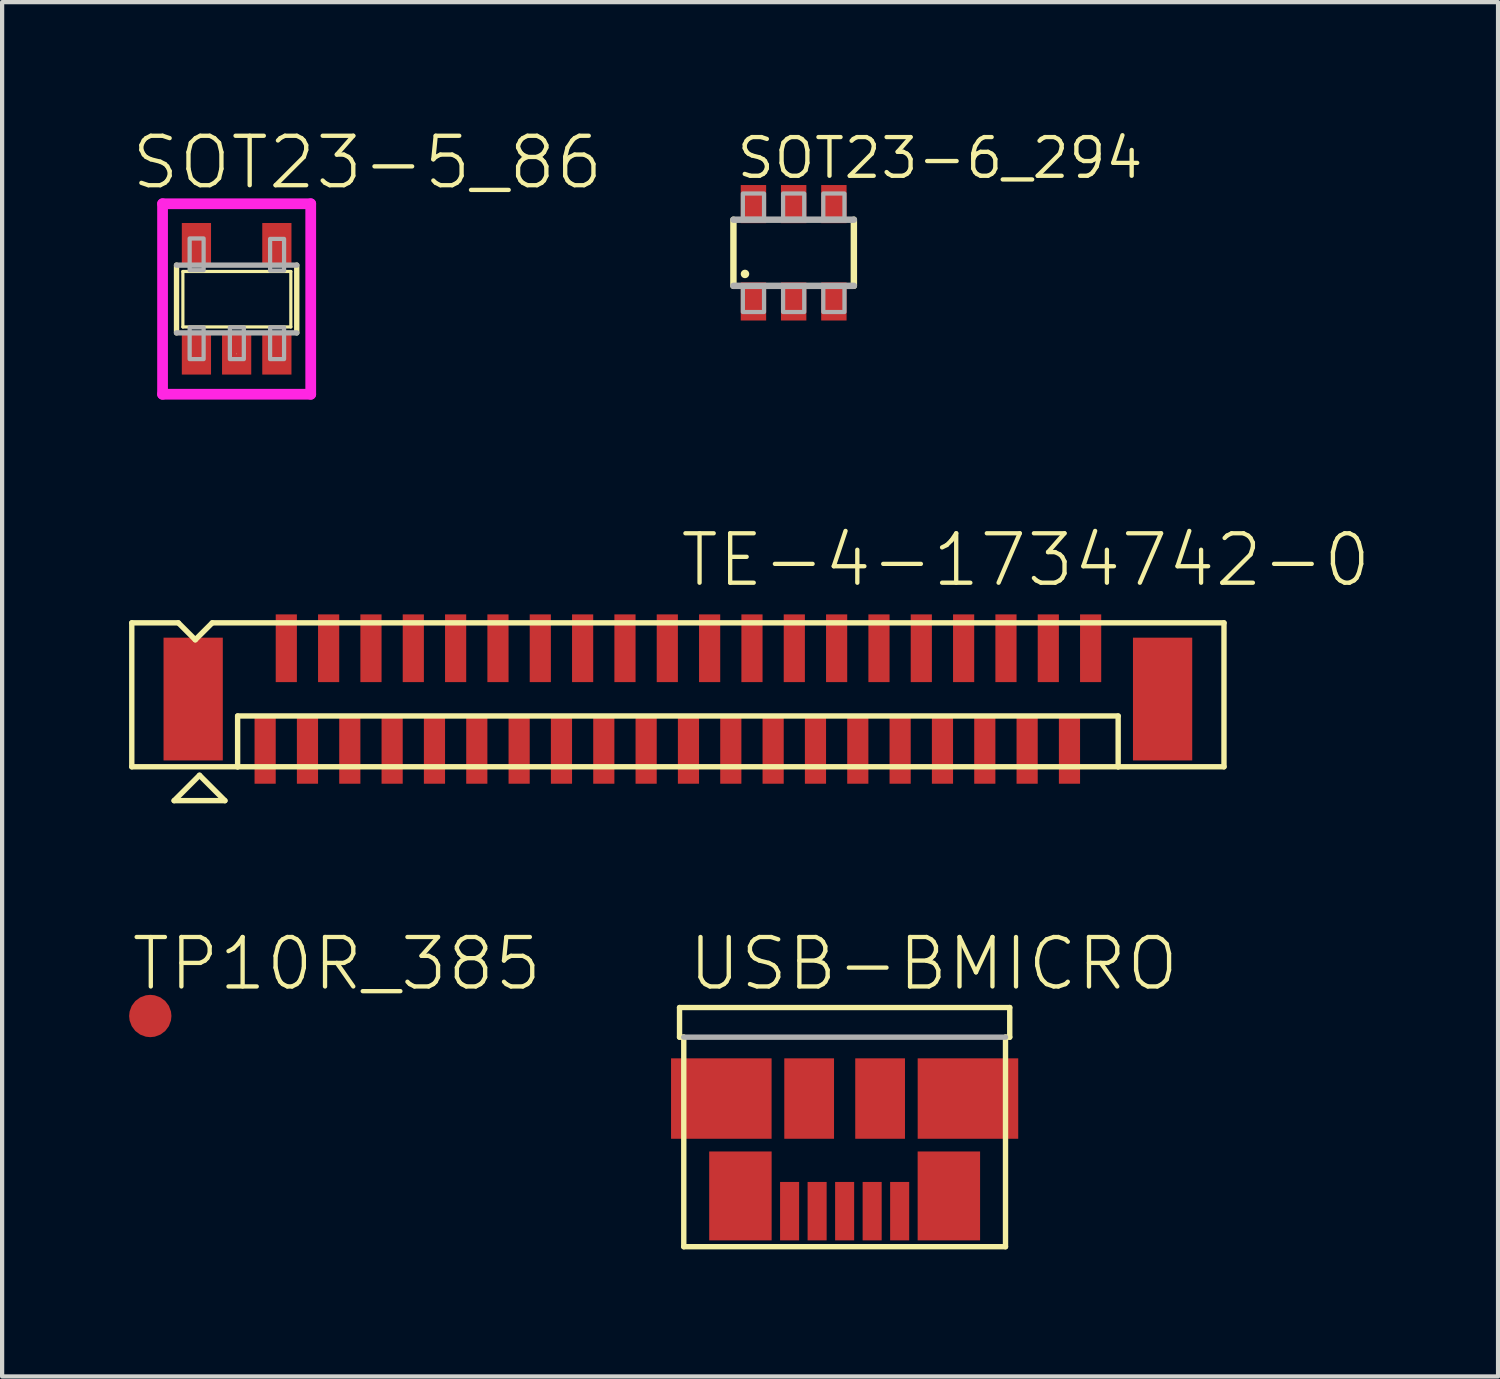
<source format=kicad_pcb>
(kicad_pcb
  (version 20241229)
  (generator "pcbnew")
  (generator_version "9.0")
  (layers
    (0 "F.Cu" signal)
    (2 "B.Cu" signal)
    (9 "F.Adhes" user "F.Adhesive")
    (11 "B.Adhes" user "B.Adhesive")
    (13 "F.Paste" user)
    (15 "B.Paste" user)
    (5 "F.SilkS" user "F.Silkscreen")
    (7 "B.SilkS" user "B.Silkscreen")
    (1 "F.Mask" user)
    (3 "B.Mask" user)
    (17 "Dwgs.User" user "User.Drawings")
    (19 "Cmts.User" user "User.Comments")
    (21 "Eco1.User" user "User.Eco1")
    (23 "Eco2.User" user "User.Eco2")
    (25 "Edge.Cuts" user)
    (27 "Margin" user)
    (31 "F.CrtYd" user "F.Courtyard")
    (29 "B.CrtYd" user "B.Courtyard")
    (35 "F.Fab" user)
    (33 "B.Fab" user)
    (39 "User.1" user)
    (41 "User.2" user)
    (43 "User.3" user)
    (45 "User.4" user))
  (footprint "TE-4-1734742-0"
    (layer "F.Cu")
    (at 12.963 13.463)
    (property "Reference" "TE-4-1734742-0" (at 0 -2.6 0) (unlocked yes) (layer "F.SilkS") (effects (font (size 1.168 1.168) (thickness 0.102)) (justify left bottom)))
    (fp_line (start -12.9 -1.8) (end -12.9 1.6) (stroke (width 0.127) (type solid)) (layer "F.SilkS"))
    (fp_line (start -12.9 1.6) (end -10.4 1.6) (stroke (width 0.127) (type solid)) (layer "F.SilkS"))
    (fp_line (start -11.9 2.4) (end -11.3 1.8) (stroke (width 0.127) (type solid)) (layer "F.SilkS"))
    (fp_line (start -11.8 -1.8) (end -12.9 -1.8) (stroke (width 0.127) (type solid)) (layer "F.SilkS"))
    (fp_line (start -11.8 -1.8) (end -11.4 -1.4) (stroke (width 0.127) (type solid)) (layer "F.SilkS"))
    (fp_line (start -11.4 -1.4) (end -11 -1.8) (stroke (width 0.127) (type solid)) (layer "F.SilkS"))
    (fp_line (start -11.3 1.8) (end -10.7 2.4) (stroke (width 0.127) (type solid)) (layer "F.SilkS"))
    (fp_line (start -10.7 2.4) (end -11.9 2.4) (stroke (width 0.127) (type solid)) (layer "F.SilkS"))
    (fp_line (start -10.4 0.4) (end 10.4 0.4) (stroke (width 0.127) (type solid)) (layer "F.SilkS"))
    (fp_line (start -10.4 1.6) (end -10.4 0.4) (stroke (width 0.127) (type solid)) (layer "F.SilkS"))
    (fp_line (start -10.4 1.6) (end 10.4 1.6) (stroke (width 0.127) (type solid)) (layer "F.SilkS"))
    (fp_line (start 10.4 0.4) (end 10.4 1.6) (stroke (width 0.127) (type solid)) (layer "F.SilkS"))
    (fp_line (start 10.4 1.6) (end 12.9 1.6) (stroke (width 0.127) (type solid)) (layer "F.SilkS"))
    (fp_line (start 12.9 -1.8) (end -11 -1.8) (stroke (width 0.127) (type solid)) (layer "F.SilkS"))
    (fp_line (start 12.9 1.6) (end 12.9 -1.8) (stroke (width 0.127) (type solid)) (layer "F.SilkS"))
    (pad "1" smd rect (at -9.75 1.2) (size 0.5 1.6) (layers "F.Cu" "F.Mask" "F.Paste"))
    (pad "2" smd rect (at -9.25 -1.2) (size 0.5 1.6) (layers "F.Cu" "F.Mask" "F.Paste"))
    (pad "3" smd rect (at -8.75 1.2) (size 0.5 1.6) (layers "F.Cu" "F.Mask" "F.Paste"))
    (pad "4" smd rect (at -8.25 -1.2) (size 0.5 1.6) (layers "F.Cu" "F.Mask" "F.Paste"))
    (pad "5" smd rect (at -7.75 1.2) (size 0.5 1.6) (layers "F.Cu" "F.Mask" "F.Paste"))
    (pad "6" smd rect (at -7.25 -1.2) (size 0.5 1.6) (layers "F.Cu" "F.Mask" "F.Paste"))
    (pad "7" smd rect (at -6.75 1.2) (size 0.5 1.6) (layers "F.Cu" "F.Mask" "F.Paste"))
    (pad "8" smd rect (at -6.25 -1.2) (size 0.5 1.6) (layers "F.Cu" "F.Mask" "F.Paste"))
    (pad "9" smd rect (at -5.75 1.2) (size 0.5 1.6) (layers "F.Cu" "F.Mask" "F.Paste"))
    (pad "10" smd rect (at -5.25 -1.2) (size 0.5 1.6) (layers "F.Cu" "F.Mask" "F.Paste"))
    (pad "11" smd rect (at -4.75 1.2) (size 0.5 1.6) (layers "F.Cu" "F.Mask" "F.Paste"))
    (pad "12" smd rect (at -4.25 -1.2) (size 0.5 1.6) (layers "F.Cu" "F.Mask" "F.Paste"))
    (pad "13" smd rect (at -3.75 1.2) (size 0.5 1.6) (layers "F.Cu" "F.Mask" "F.Paste"))
    (pad "14" smd rect (at -3.25 -1.2) (size 0.5 1.6) (layers "F.Cu" "F.Mask" "F.Paste"))
    (pad "15" smd rect (at -2.75 1.2) (size 0.5 1.6) (layers "F.Cu" "F.Mask" "F.Paste"))
    (pad "16" smd rect (at -2.25 -1.2) (size 0.5 1.6) (layers "F.Cu" "F.Mask" "F.Paste"))
    (pad "17" smd rect (at -1.75 1.2) (size 0.5 1.6) (layers "F.Cu" "F.Mask" "F.Paste"))
    (pad "18" smd rect (at -1.25 -1.2) (size 0.5 1.6) (layers "F.Cu" "F.Mask" "F.Paste"))
    (pad "19" smd rect (at -0.75 1.2) (size 0.5 1.6) (layers "F.Cu" "F.Mask" "F.Paste"))
    (pad "20" smd rect (at -0.25 -1.2) (size 0.5 1.6) (layers "F.Cu" "F.Mask" "F.Paste"))
    (pad "21" smd rect (at 0.25 1.2) (size 0.5 1.6) (layers "F.Cu" "F.Mask" "F.Paste"))
    (pad "22" smd rect (at 0.75 -1.2) (size 0.5 1.6) (layers "F.Cu" "F.Mask" "F.Paste"))
    (pad "23" smd rect (at 1.25 1.2) (size 0.5 1.6) (layers "F.Cu" "F.Mask" "F.Paste"))
    (pad "24" smd rect (at 1.75 -1.2) (size 0.5 1.6) (layers "F.Cu" "F.Mask" "F.Paste"))
    (pad "25" smd rect (at 2.25 1.2) (size 0.5 1.6) (layers "F.Cu" "F.Mask" "F.Paste"))
    (pad "26" smd rect (at 2.75 -1.2) (size 0.5 1.6) (layers "F.Cu" "F.Mask" "F.Paste"))
    (pad "27" smd rect (at 3.25 1.2) (size 0.5 1.6) (layers "F.Cu" "F.Mask" "F.Paste"))
    (pad "28" smd rect (at 3.75 -1.2) (size 0.5 1.6) (layers "F.Cu" "F.Mask" "F.Paste"))
    (pad "29" smd rect (at 4.25 1.2) (size 0.5 1.6) (layers "F.Cu" "F.Mask" "F.Paste"))
    (pad "30" smd rect (at 4.75 -1.2) (size 0.5 1.6) (layers "F.Cu" "F.Mask" "F.Paste"))
    (pad "31" smd rect (at 5.25 1.2) (size 0.5 1.6) (layers "F.Cu" "F.Mask" "F.Paste"))
    (pad "32" smd rect (at 5.75 -1.2) (size 0.5 1.6) (layers "F.Cu" "F.Mask" "F.Paste"))
    (pad "33" smd rect (at 6.25 1.2) (size 0.5 1.6) (layers "F.Cu" "F.Mask" "F.Paste"))
    (pad "34" smd rect (at 6.75 -1.2) (size 0.5 1.6) (layers "F.Cu" "F.Mask" "F.Paste"))
    (pad "35" smd rect (at 7.25 1.2) (size 0.5 1.6) (layers "F.Cu" "F.Mask" "F.Paste"))
    (pad "36" smd rect (at 7.75 -1.2) (size 0.5 1.6) (layers "F.Cu" "F.Mask" "F.Paste"))
    (pad "37" smd rect (at 8.25 1.2) (size 0.5 1.6) (layers "F.Cu" "F.Mask" "F.Paste"))
    (pad "38" smd rect (at 8.75 -1.2) (size 0.5 1.6) (layers "F.Cu" "F.Mask" "F.Paste"))
    (pad "39" smd rect (at 9.25 1.2) (size 0.5 1.6) (layers "F.Cu" "F.Mask" "F.Paste"))
    (pad "40" smd rect (at 9.75 -1.2) (size 0.5 1.6) (layers "F.Cu" "F.Mask" "F.Paste"))
    (pad "P1" smd rect (at -11.45 0) (size 1.4 2.9) (layers "F.Cu" "F.Mask" "F.Paste"))
    (pad "P2" smd rect (at 11.45 0) (size 1.4 2.9) (layers "F.Cu" "F.Mask" "F.Paste")))
  (footprint "TP10R_385"
    (layer "F.Cu")
    (at 0.5 20.95)
    (property "Reference" "TP10R_385" (at -0.5 -0.55 0) (unlocked yes) (layer "F.SilkS") (effects (font (size 1.168 1.168) (thickness 0.102)) (justify left bottom)))
    (pad "TP" smd roundrect (at 0 0) (size 1 1) (layers "F.Cu" "F.Mask") (roundrect_rratio 0.5)))
  (footprint "USB-BMICRO"
    (layer "F.Cu")
    (at 16.902 22.9)
    (property "Reference" "USB-BMICRO" (at -3.75 -2.5 0) (unlocked yes) (layer "F.SilkS") (effects (font (size 1.168 1.168) (thickness 0.102)) (justify left bottom)))
    (fp_poly (pts (xy -4.15 1) (xy -1.7 1) (xy -1.7 -1) (xy -4.15 -1)) (stroke (width 0) (type default)) (fill yes) (layer "F.Mask"))
    (fp_poly (pts (xy -3.25 3.4) (xy -1.7 3.4) (xy -1.7 1.2) (xy -3.25 1.2)) (stroke (width 0) (type default)) (fill yes) (layer "F.Mask"))
    (fp_poly (pts (xy -1.55 3.4) (xy -1.05 3.4) (xy -1.05 1.95) (xy -1.55 1.95)) (stroke (width 0) (type default)) (fill yes) (layer "F.Mask"))
    (fp_poly (pts (xy -1.45 1) (xy -0.25 1) (xy -0.25 -1) (xy -1.45 -1)) (stroke (width 0) (type default)) (fill yes) (layer "F.Mask"))
    (fp_poly (pts (xy -0.9 3.4) (xy -0.4 3.4) (xy -0.4 1.95) (xy -0.9 1.95)) (stroke (width 0) (type default)) (fill yes) (layer "F.Mask"))
    (fp_poly (pts (xy -0.25 3.4) (xy 0.25 3.4) (xy 0.25 1.95) (xy -0.25 1.95)) (stroke (width 0) (type default)) (fill yes) (layer "F.Mask"))
    (fp_poly (pts (xy 0.25 1) (xy 1.45 1) (xy 1.45 -1) (xy 0.25 -1)) (stroke (width 0) (type default)) (fill yes) (layer "F.Mask"))
    (fp_poly (pts (xy 0.4 3.4) (xy 0.9 3.4) (xy 0.9 1.95) (xy 0.4 1.95)) (stroke (width 0) (type default)) (fill yes) (layer "F.Mask"))
    (fp_poly (pts (xy 1.05 3.4) (xy 1.55 3.4) (xy 1.55 1.95) (xy 1.05 1.95)) (stroke (width 0) (type default)) (fill yes) (layer "F.Mask"))
    (fp_poly (pts (xy 1.7 1) (xy 4.15 1) (xy 4.15 -1) (xy 1.7 -1)) (stroke (width 0) (type default)) (fill yes) (layer "F.Mask"))
    (fp_poly (pts (xy 1.7 3.4) (xy 3.25 3.4) (xy 3.25 1.2) (xy 1.7 1.2)) (stroke (width 0) (type default)) (fill yes) (layer "F.Mask"))
    (fp_line (start -3.9 -2.15) (end -3.9 -1.45) (stroke (width 0.127) (type solid)) (layer "F.SilkS"))
    (fp_line (start -3.9 -2.15) (end 3.9 -2.15) (stroke (width 0.127) (type solid)) (layer "F.SilkS"))
    (fp_line (start -3.8 -1.45) (end -3.9 -1.45) (stroke (width 0.127) (type solid)) (layer "F.SilkS"))
    (fp_line (start -3.8 3.5) (end -3.8 -1.45) (stroke (width 0.127) (type solid)) (layer "F.SilkS"))
    (fp_line (start 3.8 -1.45) (end 3.8 3.5) (stroke (width 0.127) (type solid)) (layer "F.SilkS"))
    (fp_line (start 3.8 3.5) (end -3.8 3.5) (stroke (width 0.127) (type solid)) (layer "F.SilkS"))
    (fp_line (start 3.9 -2.15) (end 3.9 -1.45) (stroke (width 0.127) (type solid)) (layer "F.SilkS"))
    (fp_line (start 3.9 -1.45) (end 3.8 -1.45) (stroke (width 0.127) (type solid)) (layer "F.SilkS"))
    (fp_poly (pts (xy -3.9 -0.1) (xy -3.4 -0.1) (xy -3.4 -0.8) (xy -3.9 -0.8)) (stroke (width 0) (type default)) (fill yes) (layer "F.Paste"))
    (fp_poly (pts (xy -3.9 0.8) (xy -3.4 0.8) (xy -3.4 0.1) (xy -3.9 0.1)) (stroke (width 0) (type default)) (fill yes) (layer "F.Paste"))
    (fp_poly (pts (xy -3.15 -0.1) (xy -2.65 -0.1) (xy -2.65 -0.8) (xy -3.15 -0.8)) (stroke (width 0) (type default)) (fill yes) (layer "F.Paste"))
    (fp_poly (pts (xy -3.15 0.8) (xy -2.65 0.8) (xy -2.65 0.1) (xy -3.15 0.1)) (stroke (width 0) (type default)) (fill yes) (layer "F.Paste"))
    (fp_poly (pts (xy -3 1.8) (xy -2.6 1.8) (xy -2.6 1.4) (xy -3 1.4)) (stroke (width 0) (type default)) (fill yes) (layer "F.Paste"))
    (fp_poly (pts (xy -3 2.5) (xy -2.6 2.5) (xy -2.6 2.1) (xy -3 2.1)) (stroke (width 0) (type default)) (fill yes) (layer "F.Paste"))
    (fp_poly (pts (xy -3 3.2) (xy -2.6 3.2) (xy -2.6 2.8) (xy -3 2.8)) (stroke (width 0) (type default)) (fill yes) (layer "F.Paste"))
    (fp_poly (pts (xy -2.4 -0.1) (xy -1.9 -0.1) (xy -1.9 -0.8) (xy -2.4 -0.8)) (stroke (width 0) (type default)) (fill yes) (layer "F.Paste"))
    (fp_poly (pts (xy -2.4 0.8) (xy -1.9 0.8) (xy -1.9 0.1) (xy -2.4 0.1)) (stroke (width 0) (type default)) (fill yes) (layer "F.Paste"))
    (fp_poly (pts (xy -2.3 1.8) (xy -1.9 1.8) (xy -1.9 1.4) (xy -2.3 1.4)) (stroke (width 0) (type default)) (fill yes) (layer "F.Paste"))
    (fp_poly (pts (xy -2.3 2.5) (xy -1.9 2.5) (xy -1.9 2.1) (xy -2.3 2.1)) (stroke (width 0) (type default)) (fill yes) (layer "F.Paste"))
    (fp_poly (pts (xy -2.3 3.2) (xy -1.9 3.2) (xy -1.9 2.8) (xy -2.3 2.8)) (stroke (width 0) (type default)) (fill yes) (layer "F.Paste"))
    (fp_poly (pts (xy -1.5 3.3) (xy -1.1 3.3) (xy -1.1 2) (xy -1.5 2)) (stroke (width 0) (type default)) (fill yes) (layer "F.Paste"))
    (fp_poly (pts (xy -1.2 -0.2) (xy -0.5 -0.2) (xy -0.5 -0.8) (xy -1.2 -0.8)) (stroke (width 0) (type default)) (fill yes) (layer "F.Paste"))
    (fp_poly (pts (xy -1.2 0.8) (xy -0.5 0.8) (xy -0.5 0.2) (xy -1.2 0.2)) (stroke (width 0) (type default)) (fill yes) (layer "F.Paste"))
    (fp_poly (pts (xy -0.85 3.3) (xy -0.45 3.3) (xy -0.45 2) (xy -0.85 2)) (stroke (width 0) (type default)) (fill yes) (layer "F.Paste"))
    (fp_poly (pts (xy -0.2 3.3) (xy 0.2 3.3) (xy 0.2 2) (xy -0.2 2)) (stroke (width 0) (type default)) (fill yes) (layer "F.Paste"))
    (fp_poly (pts (xy 0.45 3.3) (xy 0.85 3.3) (xy 0.85 2) (xy 0.45 2)) (stroke (width 0) (type default)) (fill yes) (layer "F.Paste"))
    (fp_poly (pts (xy 0.5 -0.2) (xy 1.2 -0.2) (xy 1.2 -0.8) (xy 0.5 -0.8)) (stroke (width 0) (type default)) (fill yes) (layer "F.Paste"))
    (fp_poly (pts (xy 0.5 0.8) (xy 1.2 0.8) (xy 1.2 0.2) (xy 0.5 0.2)) (stroke (width 0) (type default)) (fill yes) (layer "F.Paste"))
    (fp_poly (pts (xy 1.1 3.3) (xy 1.5 3.3) (xy 1.5 2) (xy 1.1 2)) (stroke (width 0) (type default)) (fill yes) (layer "F.Paste"))
    (fp_poly (pts (xy 1.9 -0.1) (xy 2.4 -0.1) (xy 2.4 -0.8) (xy 1.9 -0.8)) (stroke (width 0) (type default)) (fill yes) (layer "F.Paste"))
    (fp_poly (pts (xy 1.9 0.8) (xy 2.4 0.8) (xy 2.4 0.1) (xy 1.9 0.1)) (stroke (width 0) (type default)) (fill yes) (layer "F.Paste"))
    (fp_poly (pts (xy 1.9 1.8) (xy 2.3 1.8) (xy 2.3 1.4) (xy 1.9 1.4)) (stroke (width 0) (type default)) (fill yes) (layer "F.Paste"))
    (fp_poly (pts (xy 1.9 2.5) (xy 2.3 2.5) (xy 2.3 2.1) (xy 1.9 2.1)) (stroke (width 0) (type default)) (fill yes) (layer "F.Paste"))
    (fp_poly (pts (xy 1.9 3.2) (xy 2.3 3.2) (xy 2.3 2.8) (xy 1.9 2.8)) (stroke (width 0) (type default)) (fill yes) (layer "F.Paste"))
    (fp_poly (pts (xy 2.6 1.8) (xy 3 1.8) (xy 3 1.4) (xy 2.6 1.4)) (stroke (width 0) (type default)) (fill yes) (layer "F.Paste"))
    (fp_poly (pts (xy 2.6 2.5) (xy 3 2.5) (xy 3 2.1) (xy 2.6 2.1)) (stroke (width 0) (type default)) (fill yes) (layer "F.Paste"))
    (fp_poly (pts (xy 2.6 3.2) (xy 3 3.2) (xy 3 2.8) (xy 2.6 2.8)) (stroke (width 0) (type default)) (fill yes) (layer "F.Paste"))
    (fp_poly (pts (xy 2.65 -0.1) (xy 3.15 -0.1) (xy 3.15 -0.8) (xy 2.65 -0.8)) (stroke (width 0) (type default)) (fill yes) (layer "F.Paste"))
    (fp_poly (pts (xy 2.65 0.8) (xy 3.15 0.8) (xy 3.15 0.1) (xy 2.65 0.1)) (stroke (width 0) (type default)) (fill yes) (layer "F.Paste"))
    (fp_poly (pts (xy 3.4 -0.1) (xy 3.9 -0.1) (xy 3.9 -0.8) (xy 3.4 -0.8)) (stroke (width 0) (type default)) (fill yes) (layer "F.Paste"))
    (fp_poly (pts (xy 3.4 0.8) (xy 3.9 0.8) (xy 3.9 0.1) (xy 3.4 0.1)) (stroke (width 0) (type default)) (fill yes) (layer "F.Paste"))
    (fp_line (start -3.8 -1.45) (end 3.8 -1.45) (stroke (width 0.127) (type solid)) (layer "F.Fab"))
    (pad "1" smd rect (at 1.3 2.66) (size 0.45 1.38) (layers "F.Cu"))
    (pad "2" smd rect (at 0.65 2.66) (size 0.45 1.38) (layers "F.Cu"))
    (pad "3" smd rect (at 0 2.66) (size 0.45 1.38) (layers "F.Cu"))
    (pad "4" smd rect (at -0.65 2.66) (size 0.45 1.38) (layers "F.Cu"))
    (pad "5" smd rect (at -1.3 2.66) (size 0.45 1.38) (layers "F.Cu"))
    (pad "P$1" smd rect (at 0.838 0) (size 1.175 1.9) (layers "F.Cu"))
    (pad "P$2" smd rect (at -0.838 0) (size 1.175 1.9) (layers "F.Cu"))
    (pad "P$3" smd rect (at 2.913 0) (size 2.375 1.9) (layers "F.Cu"))
    (pad "P$4" smd rect (at -2.913 0) (size 2.375 1.9) (layers "F.Cu"))
    (pad "P$5" smd rect (at -2.462 2.3) (size 1.475 2.1) (layers "F.Cu"))
    (pad "P$6" smd rect (at 2.462 2.3) (size 1.475 2.1) (layers "F.Cu")))
  (footprint "SOT23-5_86"
    (layer "F.Cu")
    (at 2.54 4.013)
    (property "Reference" "SOT23-5_86" (at -2.54 -2.54 0) (unlocked yes) (layer "F.SilkS") (effects (font (size 1.168 1.168) (thickness 0.102)) (justify left bottom)))
    (fp_line (start -1.42 0.8) (end -1.42 -0.8) (stroke (width 0.127) (type solid)) (layer "F.SilkS"))
    (fp_line (start -1.27 -0.65) (end 1.28 -0.65) (stroke (width 0.075) (type solid)) (layer "F.SilkS"))
    (fp_line (start -1.27 0.66) (end -1.27 -0.65) (stroke (width 0.075) (type solid)) (layer "F.SilkS"))
    (fp_line (start 0 1.29) (end 0 1.3) (stroke (width 0.01) (type solid)) (layer "F.SilkS"))
    (fp_line (start 1.28 -0.65) (end 1.28 0.66) (stroke (width 0.075) (type solid)) (layer "F.SilkS"))
    (fp_line (start 1.28 0.66) (end -1.27 0.66) (stroke (width 0.075) (type solid)) (layer "F.SilkS"))
    (fp_line (start 1.42 -0.8) (end 1.42 0.8) (stroke (width 0.127) (type solid)) (layer "F.SilkS"))
    (fp_line (start -1.75 -2.25) (end 1.75 -2.25) (stroke (width 0.254) (type solid)) (layer "F.CrtYd"))
    (fp_line (start -1.75 2.25) (end -1.75 -2.25) (stroke (width 0.254) (type solid)) (layer "F.CrtYd"))
    (fp_line (start 1.75 -2.25) (end 1.75 2.25) (stroke (width 0.254) (type solid)) (layer "F.CrtYd"))
    (fp_line (start 1.75 2.25) (end -1.75 2.25) (stroke (width 0.254) (type solid)) (layer "F.CrtYd"))
    (fp_line (start -1.42 -0.8) (end 1.42 -0.8) (stroke (width 0.127) (type solid)) (layer "F.Fab"))
    (fp_line (start 1.42 0.8) (end -1.42 0.8) (stroke (width 0.127) (type solid)) (layer "F.Fab"))
    (fp_poly (pts (xy -1.11 -0.68) (xy -0.78 -0.68) (xy -0.78 -1.43) (xy -1.11 -1.43)) (stroke (width 0.1) (type default)) (fill no) (layer "F.Fab"))
    (fp_poly (pts (xy -1.11 1.42) (xy -0.78 1.42) (xy -0.78 0.67) (xy -1.11 0.67)) (stroke (width 0.1) (type default)) (fill no) (layer "F.Fab"))
    (fp_poly (pts (xy -0.16 1.42) (xy 0.17 1.42) (xy 0.17 0.67) (xy -0.16 0.67)) (stroke (width 0.1) (type default)) (fill no) (layer "F.Fab"))
    (fp_poly (pts (xy 0.79 -0.67) (xy 1.12 -0.67) (xy 1.12 -1.42) (xy 0.79 -1.42)) (stroke (width 0.1) (type default)) (fill no) (layer "F.Fab"))
    (fp_poly (pts (xy 0.79 1.42) (xy 1.12 1.42) (xy 1.12 0.67) (xy 0.79 0.67)) (stroke (width 0.1) (type default)) (fill no) (layer "F.Fab"))
    (pad "1" smd rect (at -0.95 1.29) (size 0.69 0.99) (layers "F.Cu" "F.Mask" "F.Paste"))
    (pad "2" smd rect (at 0 1.29) (size 0.69 0.99) (layers "F.Cu" "F.Mask" "F.Paste"))
    (pad "3" smd rect (at 0.95 1.29) (size 0.69 0.99) (layers "F.Cu" "F.Mask" "F.Paste"))
    (pad "4" smd rect (at 0.95 -1.3) (size 0.69 0.99) (layers "F.Cu" "F.Mask" "F.Paste"))
    (pad "5" smd rect (at -0.95 -1.3) (size 0.69 0.99) (layers "F.Cu" "F.Mask" "F.Paste")))
  (footprint "SOT23-6_294"
    (layer "F.Cu")
    (at 15.698 2.921)
    (property "Reference" "SOT23-6_294" (at -1.397 -1.702 0) (unlocked yes) (layer "F.SilkS") (effects (font (size 0.914 0.914) (thickness 0.102)) (justify left bottom)))
    (fp_line (start -1.423 0.781) (end -1.423 -0.781) (stroke (width 0.152) (type solid)) (layer "F.SilkS"))
    (fp_line (start 1.422 -0.781) (end 1.422 0.781) (stroke (width 0.152) (type solid)) (layer "F.SilkS"))
    (fp_circle (center -1.15 0.5) (end -1.1 0.5) (stroke (width 0.1) (type solid)) (fill yes) (layer "F.SilkS"))
    (fp_line (start -1.423 -0.781) (end 1.422 -0.781) (stroke (width 0.152) (type solid)) (layer "F.Fab"))
    (fp_line (start 1.422 0.781) (end -1.423 0.781) (stroke (width 0.152) (type solid)) (layer "F.Fab"))
    (fp_poly (pts (xy -1.2 -0.8) (xy -0.7 -0.8) (xy -0.7 -1.4) (xy -1.2 -1.4)) (stroke (width 0.1) (type default)) (fill no) (layer "F.Fab"))
    (fp_poly (pts (xy -1.2 1.4) (xy -0.7 1.4) (xy -0.7 0.8) (xy -1.2 0.8)) (stroke (width 0.1) (type default)) (fill no) (layer "F.Fab"))
    (fp_poly (pts (xy -0.25 -0.8) (xy 0.25 -0.8) (xy 0.25 -1.4) (xy -0.25 -1.4)) (stroke (width 0.1) (type default)) (fill no) (layer "F.Fab"))
    (fp_poly (pts (xy -0.25 1.4) (xy 0.25 1.4) (xy 0.25 0.8) (xy -0.25 0.8)) (stroke (width 0.1) (type default)) (fill no) (layer "F.Fab"))
    (fp_poly (pts (xy 0.7 -0.8) (xy 1.2 -0.8) (xy 1.2 -1.4) (xy 0.7 -1.4)) (stroke (width 0.1) (type default)) (fill no) (layer "F.Fab"))
    (fp_poly (pts (xy 0.7 1.4) (xy 1.2 1.4) (xy 1.2 0.8) (xy 0.7 0.8)) (stroke (width 0.1) (type default)) (fill no) (layer "F.Fab"))
    (pad "1" smd rect (at -0.95 1.15) (size 0.6 0.9) (layers "F.Cu" "F.Mask" "F.Paste"))
    (pad "2" smd rect (at 0 1.15) (size 0.6 0.9) (layers "F.Cu" "F.Mask" "F.Paste"))
    (pad "3" smd rect (at 0.95 1.15) (size 0.6 0.9) (layers "F.Cu" "F.Mask" "F.Paste"))
    (pad "4" smd rect (at 0.95 -1.15) (size 0.6 0.9) (layers "F.Cu" "F.Mask" "F.Paste"))
    (pad "5" smd rect (at 0 -1.15) (size 0.6 0.9) (layers "F.Cu" "F.Mask" "F.Paste"))
    (pad "6" smd rect (at -0.95 -1.15) (size 0.6 0.9) (layers "F.Cu" "F.Mask" "F.Paste")))
  (gr_rect
    (start -3 -3)
    (end 32.337 29.464)
    (stroke (width 0.1) (type default))
    (fill no)
    (layer "Edge.Cuts")))
</source>
